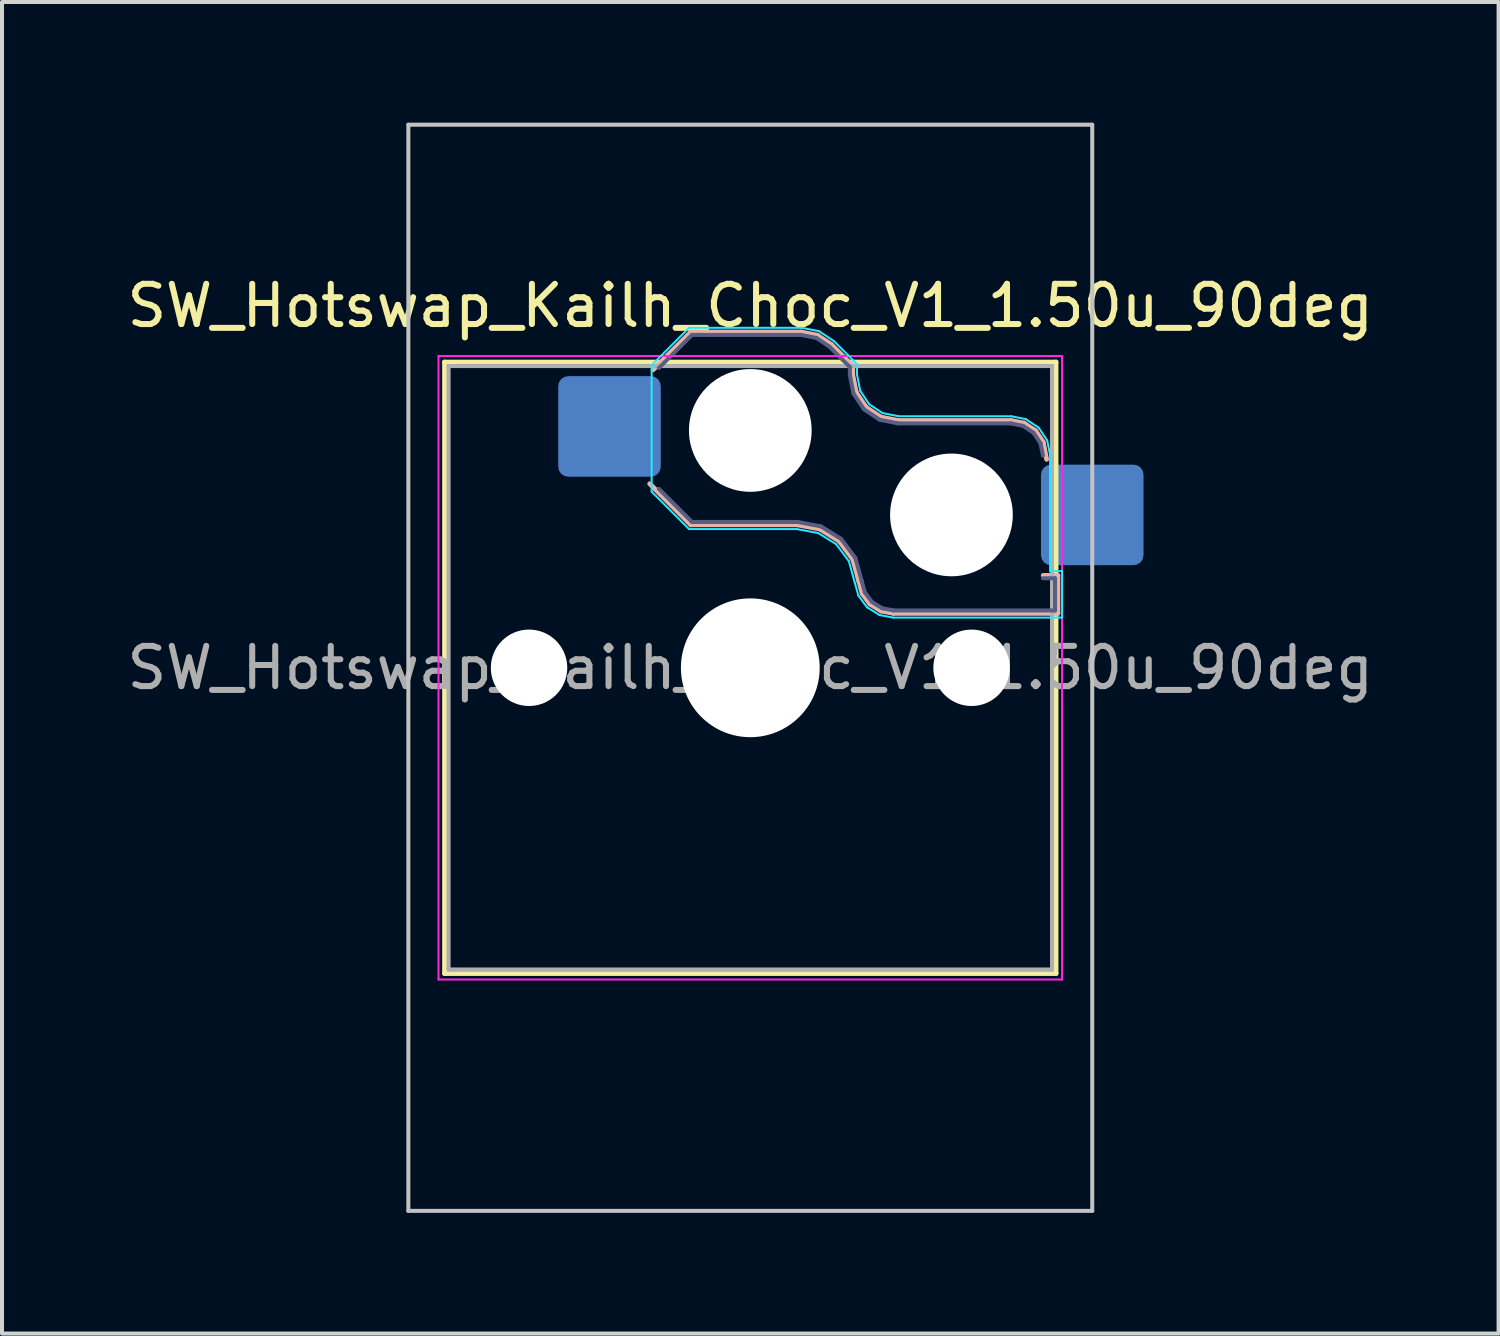
<source format=kicad_pcb>
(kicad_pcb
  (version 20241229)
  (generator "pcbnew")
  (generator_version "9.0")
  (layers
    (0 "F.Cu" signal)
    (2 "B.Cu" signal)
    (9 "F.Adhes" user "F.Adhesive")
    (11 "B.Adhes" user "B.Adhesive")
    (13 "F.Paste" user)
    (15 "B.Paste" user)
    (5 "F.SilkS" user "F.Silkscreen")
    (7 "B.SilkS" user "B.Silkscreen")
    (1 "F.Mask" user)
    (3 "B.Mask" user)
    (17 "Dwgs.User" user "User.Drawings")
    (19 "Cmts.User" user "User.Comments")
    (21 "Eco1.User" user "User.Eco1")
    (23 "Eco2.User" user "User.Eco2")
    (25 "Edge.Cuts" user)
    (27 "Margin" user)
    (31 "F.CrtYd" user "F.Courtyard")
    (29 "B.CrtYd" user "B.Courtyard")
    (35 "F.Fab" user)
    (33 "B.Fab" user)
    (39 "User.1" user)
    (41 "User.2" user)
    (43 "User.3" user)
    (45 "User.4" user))
  (footprint "SW_Hotswap_Kailh_Choc_V1_1.50u_90deg"
    (layer "F.Cu")
    (at 15.601 13.55)
    (property "Reference" "SW_Hotswap_Kailh_Choc_V1_1.50u_90deg" (at 0 -9 0) (layer "F.SilkS") (effects (font (size 1 1) (thickness 0.15))))
    (attr smd)
    (fp_line (start -7.6 -7.6) (end -7.6 7.6) (stroke (width 0.12) (type solid)) (layer "F.SilkS"))
    (fp_line (start -7.6 7.6) (end 7.6 7.6) (stroke (width 0.12) (type solid)) (layer "F.SilkS"))
    (fp_line (start 7.6 -7.6) (end -7.6 -7.6) (stroke (width 0.12) (type solid)) (layer "F.SilkS"))
    (fp_line (start 7.6 7.6) (end 7.6 -7.6) (stroke (width 0.12) (type solid)) (layer "F.SilkS"))
    (fp_line (start -2.416 -7.409) (end -1.479 -8.346) (stroke (width 0.12) (type solid)) (layer "B.SilkS"))
    (fp_line (start -1.479 -8.346) (end 1.268 -8.346) (stroke (width 0.12) (type solid)) (layer "B.SilkS"))
    (fp_line (start -1.479 -3.554) (end -2.5 -4.575) (stroke (width 0.12) (type solid)) (layer "B.SilkS"))
    (fp_line (start 1.168 -3.554) (end -1.479 -3.554) (stroke (width 0.12) (type solid)) (layer "B.SilkS"))
    (fp_line (start 1.268 -8.346) (end 1.671 -8.266) (stroke (width 0.12) (type solid)) (layer "B.SilkS"))
    (fp_line (start 1.671 -8.266) (end 2.013 -8.037) (stroke (width 0.12) (type solid)) (layer "B.SilkS"))
    (fp_line (start 1.73 -3.449) (end 1.168 -3.554) (stroke (width 0.12) (type solid)) (layer "B.SilkS"))
    (fp_line (start 2.013 -8.037) (end 2.546 -7.504) (stroke (width 0.12) (type solid)) (layer "B.SilkS"))
    (fp_line (start 2.209 -3.15) (end 1.73 -3.449) (stroke (width 0.12) (type solid)) (layer "B.SilkS"))
    (fp_line (start 2.546 -7.504) (end 2.546 -7.282) (stroke (width 0.12) (type solid)) (layer "B.SilkS"))
    (fp_line (start 2.546 -7.282) (end 2.633 -6.844) (stroke (width 0.12) (type solid)) (layer "B.SilkS"))
    (fp_line (start 2.547 -2.697) (end 2.209 -3.15) (stroke (width 0.12) (type solid)) (layer "B.SilkS"))
    (fp_line (start 2.633 -6.844) (end 2.877 -6.477) (stroke (width 0.12) (type solid)) (layer "B.SilkS"))
    (fp_line (start 2.701 -2.139) (end 2.547 -2.697) (stroke (width 0.12) (type solid)) (layer "B.SilkS"))
    (fp_line (start 2.783 -1.841) (end 2.701 -2.139) (stroke (width 0.12) (type solid)) (layer "B.SilkS"))
    (fp_line (start 2.877 -6.477) (end 3.244 -6.233) (stroke (width 0.12) (type solid)) (layer "B.SilkS"))
    (fp_line (start 2.976 -1.583) (end 2.783 -1.841) (stroke (width 0.12) (type solid)) (layer "B.SilkS"))
    (fp_line (start 3.244 -6.233) (end 3.682 -6.146) (stroke (width 0.12) (type solid)) (layer "B.SilkS"))
    (fp_line (start 3.25 -1.413) (end 2.976 -1.583) (stroke (width 0.12) (type solid)) (layer "B.SilkS"))
    (fp_line (start 3.56 -1.354) (end 3.25 -1.413) (stroke (width 0.12) (type solid)) (layer "B.SilkS"))
    (fp_line (start 3.682 -6.146) (end 6.482 -6.146) (stroke (width 0.12) (type solid)) (layer "B.SilkS"))
    (fp_line (start 6.482 -6.146) (end 6.809 -6.081) (stroke (width 0.12) (type solid)) (layer "B.SilkS"))
    (fp_line (start 6.809 -6.081) (end 7.092 -5.892) (stroke (width 0.12) (type solid)) (layer "B.SilkS"))
    (fp_line (start 7.092 -5.892) (end 7.281 -5.609) (stroke (width 0.12) (type solid)) (layer "B.SilkS"))
    (fp_line (start 7.281 -5.609) (end 7.366 -5.182) (stroke (width 0.12) (type solid)) (layer "B.SilkS"))
    (fp_line (start 7.283 -2.296) (end 7.646 -2.296) (stroke (width 0.12) (type solid)) (layer "B.SilkS"))
    (fp_line (start 7.646 -2.296) (end 7.646 -1.354) (stroke (width 0.12) (type solid)) (layer "B.SilkS"))
    (fp_line (start 7.646 -1.354) (end 3.56 -1.354) (stroke (width 0.12) (type solid)) (layer "B.SilkS"))
    (fp_line (start -8.5 -13.5) (end 8.5 -13.5) (stroke (width 0.1) (type solid)) (layer "Dwgs.User"))
    (fp_line (start -8.5 13.5) (end -8.5 -13.5) (stroke (width 0.1) (type solid)) (layer "Dwgs.User"))
    (fp_line (start 8.5 -13.5) (end 8.5 13.5) (stroke (width 0.1) (type solid)) (layer "Dwgs.User"))
    (fp_line (start 8.5 13.5) (end -8.5 13.5) (stroke (width 0.1) (type solid)) (layer "Dwgs.User"))
    (fp_line (start -7.25 -7.25) (end -7.25 7.25) (stroke (width 0.1) (type solid)) (layer "Eco1.User"))
    (fp_line (start -7.25 7.25) (end 7.25 7.25) (stroke (width 0.1) (type solid)) (layer "Eco1.User"))
    (fp_line (start 7.25 -7.25) (end -7.25 -7.25) (stroke (width 0.1) (type solid)) (layer "Eco1.User"))
    (fp_line (start 7.25 7.25) (end 7.25 -7.25) (stroke (width 0.1) (type solid)) (layer "Eco1.User"))
    (fp_line (start -2.452 -7.523) (end -1.523 -8.452) (stroke (width 0.05) (type solid)) (layer "B.CrtYd"))
    (fp_line (start -2.452 -4.377) (end -2.452 -7.523) (stroke (width 0.05) (type solid)) (layer "B.CrtYd"))
    (fp_line (start -1.523 -8.452) (end 1.278 -8.452) (stroke (width 0.05) (type solid)) (layer "B.CrtYd"))
    (fp_line (start -1.523 -3.448) (end -2.452 -4.377) (stroke (width 0.05) (type solid)) (layer "B.CrtYd"))
    (fp_line (start 1.159 -3.448) (end -1.523 -3.448) (stroke (width 0.05) (type solid)) (layer "B.CrtYd"))
    (fp_line (start 1.278 -8.452) (end 1.712 -8.366) (stroke (width 0.05) (type solid)) (layer "B.CrtYd"))
    (fp_line (start 1.691 -3.348) (end 1.159 -3.448) (stroke (width 0.05) (type solid)) (layer "B.CrtYd"))
    (fp_line (start 1.712 -8.366) (end 2.081 -8.119) (stroke (width 0.05) (type solid)) (layer "B.CrtYd"))
    (fp_line (start 2.081 -8.119) (end 2.652 -7.548) (stroke (width 0.05) (type solid)) (layer "B.CrtYd"))
    (fp_line (start 2.136 -3.071) (end 1.691 -3.348) (stroke (width 0.05) (type solid)) (layer "B.CrtYd"))
    (fp_line (start 2.45 -2.65) (end 2.136 -3.071) (stroke (width 0.05) (type solid)) (layer "B.CrtYd"))
    (fp_line (start 2.599 -2.111) (end 2.45 -2.65) (stroke (width 0.05) (type solid)) (layer "B.CrtYd"))
    (fp_line (start 2.652 -7.548) (end 2.652 -7.292) (stroke (width 0.05) (type solid)) (layer "B.CrtYd"))
    (fp_line (start 2.652 -7.292) (end 2.733 -6.885) (stroke (width 0.05) (type solid)) (layer "B.CrtYd"))
    (fp_line (start 2.687 -1.794) (end 2.599 -2.111) (stroke (width 0.05) (type solid)) (layer "B.CrtYd"))
    (fp_line (start 2.733 -6.885) (end 2.953 -6.553) (stroke (width 0.05) (type solid)) (layer "B.CrtYd"))
    (fp_line (start 2.903 -1.503) (end 2.687 -1.794) (stroke (width 0.05) (type solid)) (layer "B.CrtYd"))
    (fp_line (start 2.953 -6.553) (end 3.285 -6.333) (stroke (width 0.05) (type solid)) (layer "B.CrtYd"))
    (fp_line (start 3.211 -1.312) (end 2.903 -1.503) (stroke (width 0.05) (type solid)) (layer "B.CrtYd"))
    (fp_line (start 3.285 -6.333) (end 3.692 -6.252) (stroke (width 0.05) (type solid)) (layer "B.CrtYd"))
    (fp_line (start 3.55 -1.248) (end 3.211 -1.312) (stroke (width 0.05) (type solid)) (layer "B.CrtYd"))
    (fp_line (start 3.692 -6.252) (end 6.492 -6.252) (stroke (width 0.05) (type solid)) (layer "B.CrtYd"))
    (fp_line (start 6.492 -6.252) (end 6.85 -6.181) (stroke (width 0.05) (type solid)) (layer "B.CrtYd"))
    (fp_line (start 6.85 -6.181) (end 7.168 -5.968) (stroke (width 0.05) (type solid)) (layer "B.CrtYd"))
    (fp_line (start 7.168 -5.968) (end 7.381 -5.65) (stroke (width 0.05) (type solid)) (layer "B.CrtYd"))
    (fp_line (start 7.381 -5.65) (end 7.452 -5.292) (stroke (width 0.05) (type solid)) (layer "B.CrtYd"))
    (fp_line (start 7.452 -5.292) (end 7.452 -2.402) (stroke (width 0.05) (type solid)) (layer "B.CrtYd"))
    (fp_line (start 7.452 -2.402) (end 7.752 -2.402) (stroke (width 0.05) (type solid)) (layer "B.CrtYd"))
    (fp_line (start 7.752 -2.402) (end 7.752 -1.248) (stroke (width 0.05) (type solid)) (layer "B.CrtYd"))
    (fp_line (start 7.752 -1.248) (end 3.55 -1.248) (stroke (width 0.05) (type solid)) (layer "B.CrtYd"))
    (fp_line (start -7.75 -7.75) (end -7.75 7.75) (stroke (width 0.05) (type solid)) (layer "F.CrtYd"))
    (fp_line (start -7.75 7.75) (end 7.75 7.75) (stroke (width 0.05) (type solid)) (layer "F.CrtYd"))
    (fp_line (start 7.75 -7.75) (end -7.75 -7.75) (stroke (width 0.05) (type solid)) (layer "F.CrtYd"))
    (fp_line (start 7.75 7.75) (end 7.75 -7.75) (stroke (width 0.05) (type solid)) (layer "F.CrtYd"))
    (fp_line (start -2.275 -7.45) (end -1.45 -8.275) (stroke (width 0.1) (type solid)) (layer "B.Fab"))
    (fp_line (start -1.45 -8.275) (end 1.261 -8.275) (stroke (width 0.1) (type solid)) (layer "B.Fab"))
    (fp_line (start -1.45 -3.625) (end -2.275 -4.45) (stroke (width 0.1) (type solid)) (layer "B.Fab"))
    (fp_line (start 1.175 -3.625) (end -1.45 -3.625) (stroke (width 0.1) (type solid)) (layer "B.Fab"))
    (fp_line (start 1.261 -8.275) (end 1.643 -8.199) (stroke (width 0.1) (type solid)) (layer "B.Fab"))
    (fp_line (start 1.643 -8.199) (end 1.968 -7.982) (stroke (width 0.1) (type solid)) (layer "B.Fab"))
    (fp_line (start 1.756 -3.516) (end 1.175 -3.625) (stroke (width 0.1) (type solid)) (layer "B.Fab"))
    (fp_line (start 1.968 -7.982) (end 2.475 -7.475) (stroke (width 0.1) (type solid)) (layer "B.Fab"))
    (fp_line (start 2.258 -3.203) (end 1.756 -3.516) (stroke (width 0.1) (type solid)) (layer "B.Fab"))
    (fp_line (start 2.475 -7.475) (end 2.475 -7.275) (stroke (width 0.1) (type solid)) (layer "B.Fab"))
    (fp_line (start 2.475 -7.275) (end 2.566 -6.816) (stroke (width 0.1) (type solid)) (layer "B.Fab"))
    (fp_line (start 2.566 -6.816) (end 2.826 -6.426) (stroke (width 0.1) (type solid)) (layer "B.Fab"))
    (fp_line (start 2.612 -2.729) (end 2.258 -3.203) (stroke (width 0.1) (type solid)) (layer "B.Fab"))
    (fp_line (start 2.769 -2.158) (end 2.612 -2.729) (stroke (width 0.1) (type solid)) (layer "B.Fab"))
    (fp_line (start 2.826 -6.426) (end 3.216 -6.166) (stroke (width 0.1) (type solid)) (layer "B.Fab"))
    (fp_line (start 2.848 -1.873) (end 2.769 -2.158) (stroke (width 0.1) (type solid)) (layer "B.Fab"))
    (fp_line (start 3.025 -1.636) (end 2.848 -1.873) (stroke (width 0.1) (type solid)) (layer "B.Fab"))
    (fp_line (start 3.216 -6.166) (end 3.675 -6.075) (stroke (width 0.1) (type solid)) (layer "B.Fab"))
    (fp_line (start 3.276 -1.48) (end 3.025 -1.636) (stroke (width 0.1) (type solid)) (layer "B.Fab"))
    (fp_line (start 3.567 -1.425) (end 3.276 -1.48) (stroke (width 0.1) (type solid)) (layer "B.Fab"))
    (fp_line (start 3.675 -6.075) (end 6.475 -6.075) (stroke (width 0.1) (type solid)) (layer "B.Fab"))
    (fp_line (start 6.475 -6.075) (end 6.781 -6.014) (stroke (width 0.1) (type solid)) (layer "B.Fab"))
    (fp_line (start 6.781 -6.014) (end 7.041 -5.841) (stroke (width 0.1) (type solid)) (layer "B.Fab"))
    (fp_line (start 7.041 -5.841) (end 7.214 -5.581) (stroke (width 0.1) (type solid)) (layer "B.Fab"))
    (fp_line (start 7.214 -5.581) (end 7.275 -5.275) (stroke (width 0.1) (type solid)) (layer "B.Fab"))
    (fp_line (start 7.275 -2.225) (end 7.575 -2.225) (stroke (width 0.1) (type solid)) (layer "B.Fab"))
    (fp_line (start 7.575 -2.225) (end 7.575 -1.425) (stroke (width 0.1) (type solid)) (layer "B.Fab"))
    (fp_line (start 7.575 -1.425) (end 3.567 -1.425) (stroke (width 0.1) (type solid)) (layer "B.Fab"))
    (fp_line (start -7.5 -7.5) (end -7.5 7.5) (stroke (width 0.1) (type solid)) (layer "F.Fab"))
    (fp_line (start -7.5 7.5) (end 7.5 7.5) (stroke (width 0.1) (type solid)) (layer "F.Fab"))
    (fp_line (start 7.5 -7.5) (end -7.5 -7.5) (stroke (width 0.1) (type solid)) (layer "F.Fab"))
    (fp_line (start 7.5 7.5) (end 7.5 -7.5) (stroke (width 0.1) (type solid)) (layer "F.Fab"))
    (fp_text user "${REFERENCE}" (at 0 0 0) (layer "F.Fab") (effects (font (size 1 1) (thickness 0.15))))
    (pad "" np_thru_hole circle (at -5.5 0) (size 1.9 1.9) (drill 1.9) (layers "*.Cu" "*.Mask"))
    (pad "" np_thru_hole circle (at 0 -5.9) (size 3.05 3.05) (drill 3.05) (layers "*.Cu" "*.Mask"))
    (pad "" np_thru_hole circle (at 0 0) (size 3.45 3.45) (drill 3.45) (layers "*.Cu" "*.Mask"))
    (pad "" np_thru_hole circle (at 5 -3.8) (size 3.05 3.05) (drill 3.05) (layers "*.Cu" "*.Mask"))
    (pad "" np_thru_hole circle (at 5.5 0) (size 1.9 1.9) (drill 1.9) (layers "*.Cu" "*.Mask"))
    (pad "1" smd roundrect (at -3.5 -6) (size 2.55 2.5) (layers "B.Cu" "B.Mask" "B.Paste") (roundrect_rratio 0.1))
    (pad "2" smd roundrect (at 8.5 -3.8) (size 2.55 2.5) (layers "B.Cu" "B.Mask" "B.Paste") (roundrect_rratio 0.1)))
  (gr_rect
    (start -3 -3)
    (end 34.202 30.1)
    (stroke (width 0.1) (type default))
    (fill no)
    (layer "Edge.Cuts")))
</source>
